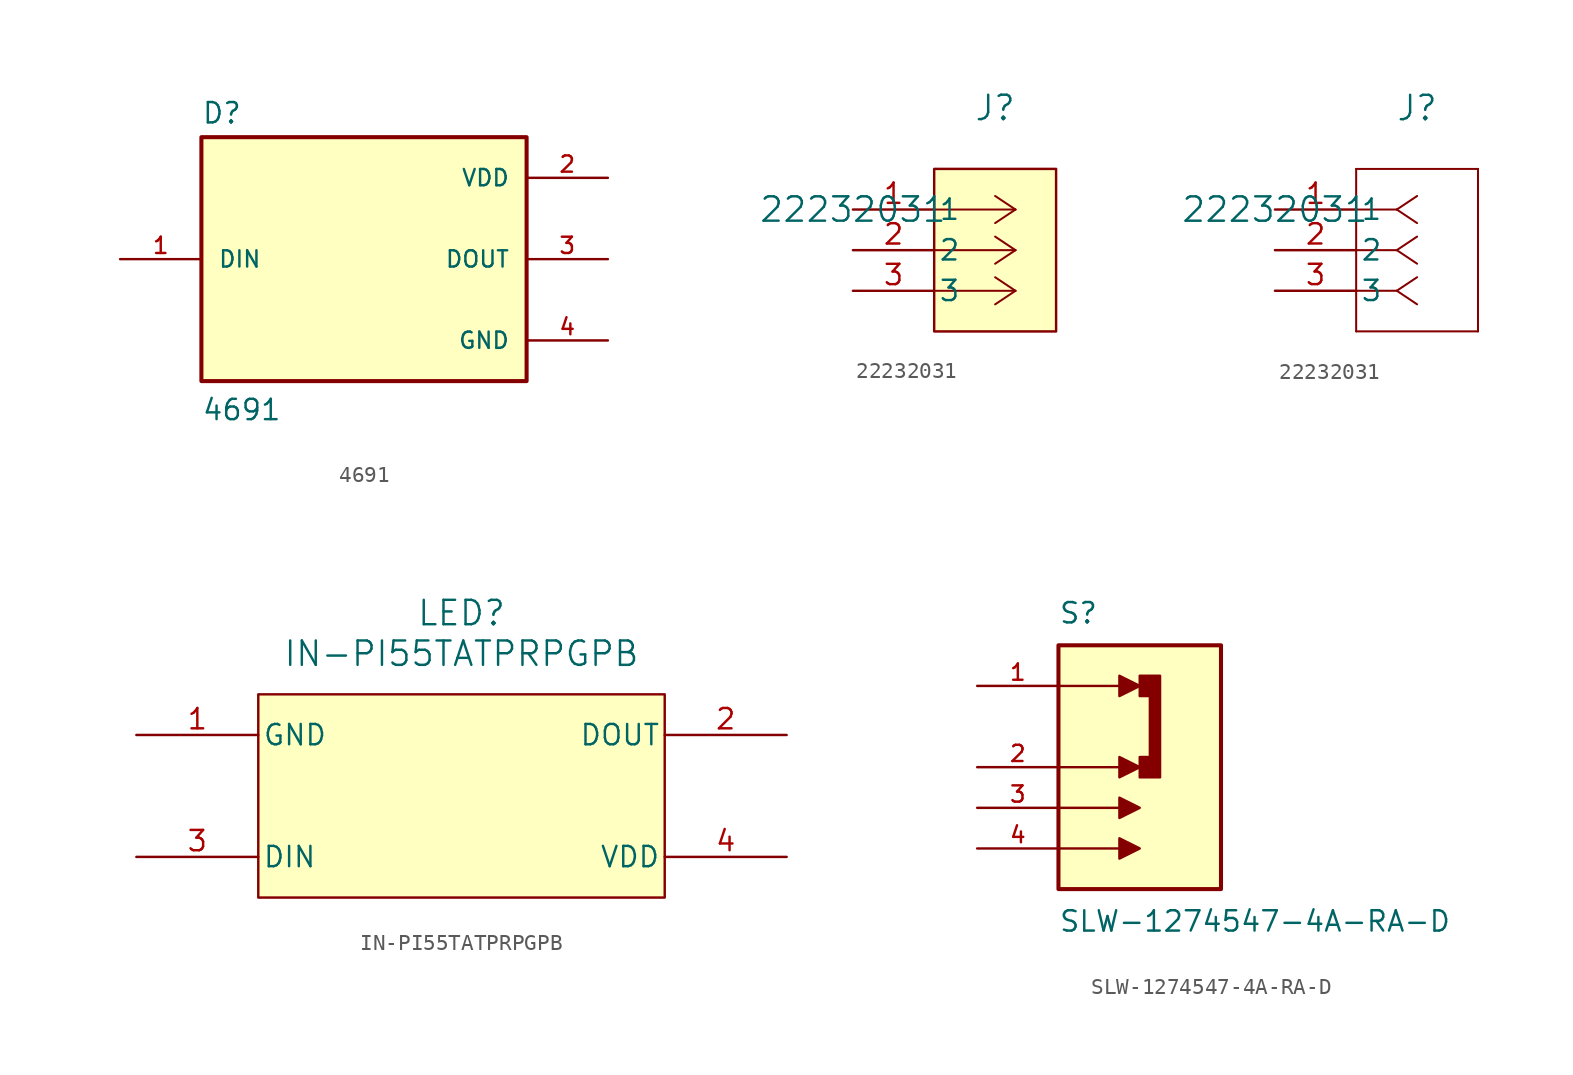
<source format=kicad_sym>
(kicad_symbol_lib
  (version 20231120)
  (generator "kicad_symbol_editor")
  (generator_version "8.0")
  (symbol "4691"
    (pin_names
      (offset 1.016))
    (property "Reference" "D"
      (at -10.16 8.382 0)
      (effects (font (size 1.27 1.27)) (justify left bottom)))
    (property "Value" "4691"
      (at -10.16 -10.16 0)
      (effects (font (size 1.27 1.27)) (justify left bottom)))
    (symbol "4691_0_0"
      (rectangle (start -10.16 -7.62) (end 10.16 7.62) (stroke (width 0.254) (type default)) (fill (type background)))
      (pin input line (at -15.24 0 0) (length 5.08) (name "DIN" (effects (font (size 1.016 1.016)))) (number "1" (effects (font (size 1.016 1.016)))))
      (pin power_in line (at 15.24 5.08 180) (length 5.08) (name "VDD" (effects (font (size 1.016 1.016)))) (number "2" (effects (font (size 1.016 1.016)))))
      (pin output line (at 15.24 0 180) (length 5.08) (name "DOUT" (effects (font (size 1.016 1.016)))) (number "3" (effects (font (size 1.016 1.016)))))
      (pin power_in line (at 15.24 -5.08 180) (length 5.08) (name "GND" (effects (font (size 1.016 1.016)))) (number "4" (effects (font (size 1.016 1.016)))))))
  (symbol "22232031"
    (pin_names
      (offset 0.254))
    (property "Reference" "J"
      (at 8.89 6.35 0)
      (effects (font (size 1.524 1.524))))
    (property "Value" "22232031"
      (at 0 0 0)
      (effects (font (size 1.524 1.524))))
    (property "ki_locked" ""
      (at 0 0 0)
      (effects (font (size 1.27 1.27))))
    (symbol "22232031_1_1"
      (polyline (pts (xy 10.16 -5.08) (xy 5.08 -5.08)) (stroke (width 0.127) (type default)) (fill (type none)))
      (polyline (pts (xy 10.16 -5.08) (xy 8.89 -5.927)) (stroke (width 0.127) (type default)) (fill (type none)))
      (polyline (pts (xy 10.16 -5.08) (xy 8.89 -4.233)) (stroke (width 0.127) (type default)) (fill (type none)))
      (polyline (pts (xy 10.16 -2.54) (xy 5.08 -2.54)) (stroke (width 0.127) (type default)) (fill (type none)))
      (polyline (pts (xy 10.16 -2.54) (xy 8.89 -3.387)) (stroke (width 0.127) (type default)) (fill (type none)))
      (polyline (pts (xy 10.16 -2.54) (xy 8.89 -1.693)) (stroke (width 0.127) (type default)) (fill (type none)))
      (polyline (pts (xy 10.16 0) (xy 5.08 0)) (stroke (width 0.127) (type default)) (fill (type none)))
      (polyline (pts (xy 10.16 0) (xy 8.89 -0.847)) (stroke (width 0.127) (type default)) (fill (type none)))
      (polyline (pts (xy 10.16 0) (xy 8.89 0.847)) (stroke (width 0.127) (type default)) (fill (type none)))
      (rectangle (start 5.08 2.54) (end 12.7 -7.62) (stroke (width 0) (type default)) (fill (type background)))
      (pin unspecified line (at 0 0 0) (length 5.08) (name "1" (effects (font (size 1.27 1.27)))) (number "1" (effects (font (size 1.27 1.27)))))
      (pin unspecified line (at 0 -2.54 0) (length 5.08) (name "2" (effects (font (size 1.27 1.27)))) (number "2" (effects (font (size 1.27 1.27)))))
      (pin unspecified line (at 0 -5.08 0) (length 5.08) (name "3" (effects (font (size 1.27 1.27)))) (number "3" (effects (font (size 1.27 1.27))))))
    (symbol "22232031_1_2"
      (polyline (pts (xy 5.08 -7.62) (xy 12.7 -7.62)) (stroke (width 0.127) (type default)) (fill (type none)))
      (polyline (pts (xy 5.08 2.54) (xy 5.08 -7.62)) (stroke (width 0.127) (type default)) (fill (type none)))
      (polyline (pts (xy 7.62 -5.08) (xy 5.08 -5.08)) (stroke (width 0.127) (type default)) (fill (type none)))
      (polyline (pts (xy 7.62 -5.08) (xy 8.89 -5.927)) (stroke (width 0.127) (type default)) (fill (type none)))
      (polyline (pts (xy 7.62 -5.08) (xy 8.89 -4.233)) (stroke (width 0.127) (type default)) (fill (type none)))
      (polyline (pts (xy 7.62 -2.54) (xy 5.08 -2.54)) (stroke (width 0.127) (type default)) (fill (type none)))
      (polyline (pts (xy 7.62 -2.54) (xy 8.89 -3.387)) (stroke (width 0.127) (type default)) (fill (type none)))
      (polyline (pts (xy 7.62 -2.54) (xy 8.89 -1.693)) (stroke (width 0.127) (type default)) (fill (type none)))
      (polyline (pts (xy 7.62 0) (xy 5.08 0)) (stroke (width 0.127) (type default)) (fill (type none)))
      (polyline (pts (xy 7.62 0) (xy 8.89 -0.847)) (stroke (width 0.127) (type default)) (fill (type none)))
      (polyline (pts (xy 7.62 0) (xy 8.89 0.847)) (stroke (width 0.127) (type default)) (fill (type none)))
      (polyline (pts (xy 12.7 -7.62) (xy 12.7 2.54)) (stroke (width 0.127) (type default)) (fill (type none)))
      (polyline (pts (xy 12.7 2.54) (xy 5.08 2.54)) (stroke (width 0.127) (type default)) (fill (type none)))
      (pin unspecified line (at 0 0 0) (length 5.08) (name "1" (effects (font (size 1.27 1.27)))) (number "1" (effects (font (size 1.27 1.27)))))
      (pin unspecified line (at 0 -2.54 0) (length 5.08) (name "2" (effects (font (size 1.27 1.27)))) (number "2" (effects (font (size 1.27 1.27)))))
      (pin unspecified line (at 0 -5.08 0) (length 5.08) (name "3" (effects (font (size 1.27 1.27)))) (number "3" (effects (font (size 1.27 1.27)))))))
  (symbol "IN-PI55TATPRPGPB"
    (pin_names
      (offset 0.254))
    (property "Reference" "LED"
      (at 20.32 7.62 0)
      (effects (font (size 1.524 1.524))))
    (property "Value" "IN-PI55TATPRPGPB"
      (at 20.32 5.08 0)
      (effects (font (size 1.524 1.524))))
    (property "ki_locked" ""
      (at 0 0 0)
      (effects (font (size 1.27 1.27))))
    (symbol "IN-PI55TATPRPGPB_0_1"
      (pin power_out line (at 0 0 0) (length 7.62) (name "GND" (effects (font (size 1.27 1.27)))) (number "1" (effects (font (size 1.27 1.27)))))
      (pin output line (at 40.64 0 180) (length 7.62) (name "DOUT" (effects (font (size 1.27 1.27)))) (number "2" (effects (font (size 1.27 1.27)))))
      (pin input line (at 0 -7.62 0) (length 7.62) (name "DIN" (effects (font (size 1.27 1.27)))) (number "3" (effects (font (size 1.27 1.27)))))
      (pin power_in line (at 40.64 -7.62 180) (length 7.62) (name "VDD" (effects (font (size 1.27 1.27)))) (number "4" (effects (font (size 1.27 1.27))))))
    (symbol "IN-PI55TATPRPGPB_1_1"
      (rectangle (start 7.62 2.54) (end 33.02 -10.16) (stroke (width 0) (type default)) (fill (type background)))))
  (symbol "SLW-1274547-4A-RA-D"
    (pin_names
      (offset 1.016))
    (property "Reference" "S"
      (at -5.08 8.89 0)
      (effects (font (size 1.27 1.27)) (justify left bottom)))
    (property "Value" "SLW-1274547-4A-RA-D"
      (at -5.08 -8.89 0)
      (effects (font (size 1.27 1.27)) (justify left top)))
    (symbol "SLW-1274547-4A-RA-D_0_0"
      (rectangle (start -5.08 -7.62) (end 5.08 7.62) (stroke (width 0.254) (type default)) (fill (type background)))
      (polyline (pts (xy -5.08 -5.08) (xy -1.27 -5.08)) (stroke (width 0.152) (type default)) (fill (type none)))
      (polyline (pts (xy -5.08 -2.54) (xy -1.27 -2.54)) (stroke (width 0.152) (type default)) (fill (type none)))
      (polyline (pts (xy -5.08 0) (xy -1.27 0)) (stroke (width 0.152) (type default)) (fill (type none)))
      (polyline (pts (xy -5.08 5.08) (xy -1.27 5.08)) (stroke (width 0.152) (type default)) (fill (type none)))
      (polyline (pts (xy -1.27 -4.445) (xy -1.27 -5.715) (xy 0 -5.08) (xy -1.27 -4.445)) (stroke (width 0.152) (type default)) (fill (type outline)))
      (polyline (pts (xy -1.27 -1.905) (xy -1.27 -3.175) (xy 0 -2.54) (xy -1.27 -1.905)) (stroke (width 0.152) (type default)) (fill (type outline)))
      (polyline (pts (xy -1.27 0.635) (xy -1.27 -0.635) (xy 0 0) (xy -1.27 0.635)) (stroke (width 0.152) (type default)) (fill (type outline)))
      (polyline (pts (xy -1.27 5.715) (xy -1.27 4.445) (xy 0 5.08) (xy -1.27 5.715)) (stroke (width 0.152) (type default)) (fill (type outline)))
      (polyline (pts (xy 0 4.445) (xy 0 5.715) (xy 1.27 5.715) (xy 1.27 -0.635) (xy 0 -0.635) (xy 0 0.635) (xy 0.635 0.635) (xy 0.635 4.445) (xy 0 4.445)) (stroke (width 0.152) (type default)) (fill (type outline)))
      (pin passive line (at -10.16 5.08 0) (length 5.08) (name "~" (effects (font (size 1.016 1.016)))) (number "1" (effects (font (size 1.016 1.016)))))
      (pin passive line (at -10.16 0 0) (length 5.08) (name "~" (effects (font (size 1.016 1.016)))) (number "2" (effects (font (size 1.016 1.016)))))
      (pin passive line (at -10.16 -2.54 0) (length 5.08) (name "~" (effects (font (size 1.016 1.016)))) (number "3" (effects (font (size 1.016 1.016)))))
      (pin passive line (at -10.16 -5.08 0) (length 5.08) (name "~" (effects (font (size 1.016 1.016)))) (number "4" (effects (font (size 1.016 1.016))))))))
</source>
